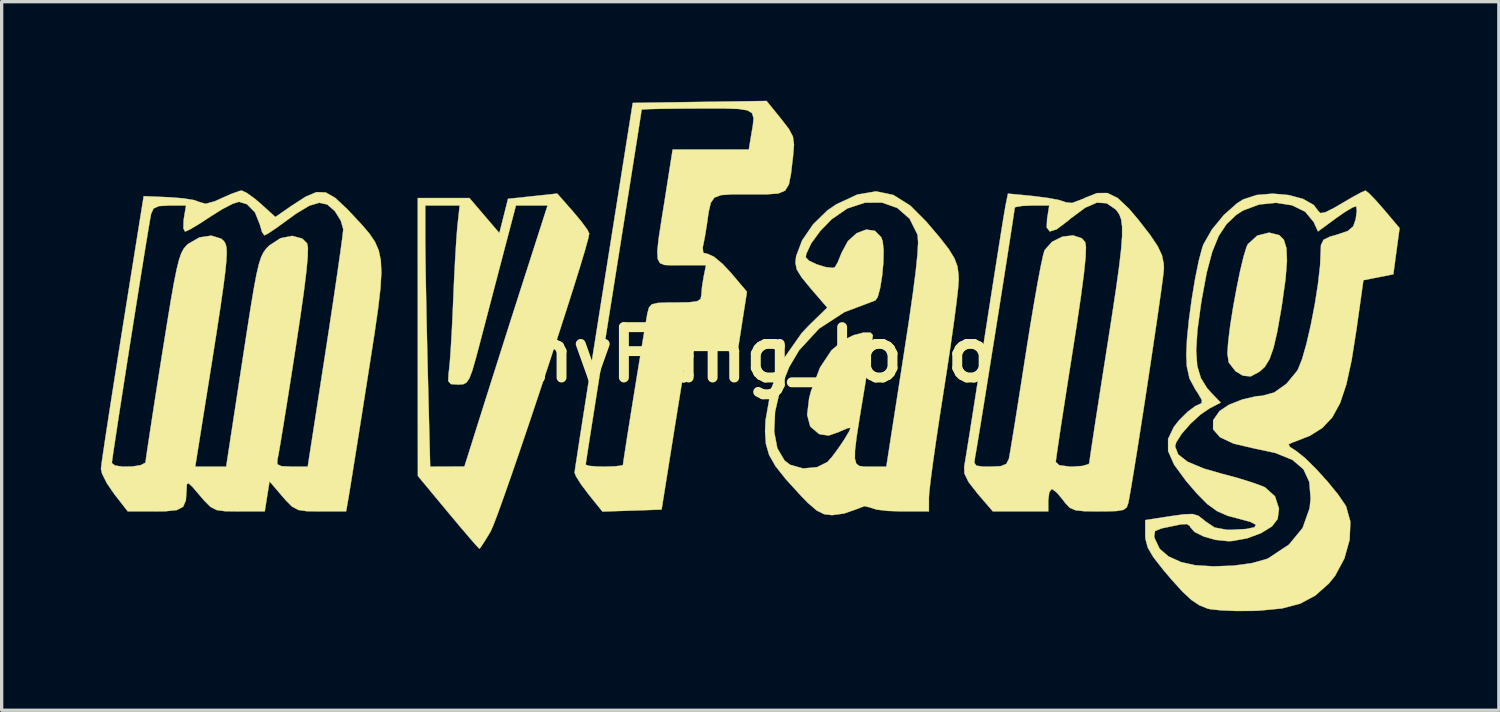
<source format=kicad_pcb>
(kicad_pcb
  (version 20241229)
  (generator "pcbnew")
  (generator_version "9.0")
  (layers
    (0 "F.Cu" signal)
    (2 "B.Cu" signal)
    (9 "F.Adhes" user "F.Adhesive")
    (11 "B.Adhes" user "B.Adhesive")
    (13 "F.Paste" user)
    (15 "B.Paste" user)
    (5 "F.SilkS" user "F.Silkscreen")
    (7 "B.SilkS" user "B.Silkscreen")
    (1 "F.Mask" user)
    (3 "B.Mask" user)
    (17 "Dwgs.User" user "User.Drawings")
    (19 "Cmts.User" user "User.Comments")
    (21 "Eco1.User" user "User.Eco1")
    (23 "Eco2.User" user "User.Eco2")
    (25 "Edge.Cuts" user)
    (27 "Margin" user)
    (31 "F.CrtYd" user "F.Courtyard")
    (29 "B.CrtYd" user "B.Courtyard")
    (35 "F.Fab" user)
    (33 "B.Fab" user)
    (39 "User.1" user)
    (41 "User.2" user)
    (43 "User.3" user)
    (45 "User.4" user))
  (footprint "mvFang_logo"
    (layer "F.Cu")
    (at 19.639 7.684)
    (property "Reference" "mvFang_logo" (at 0 0 0) (layer "F.SilkS") (effects (font (size 1.524 1.524) (thickness 0.3))))
    (attr through_hole)
    (fp_poly (pts (xy 16.02 -3.618) (xy 16.159 -3.48) (xy 16.237 -3.231) (xy 16.254 -2.845) (xy 16.212 -2.298) (xy 16.11 -1.564) (xy 16.079 -1.369) (xy 15.96 -0.693) (xy 15.847 -0.205) (xy 15.727 0.134) (xy 15.588 0.363) (xy 15.425 0.512) (xy 15.157 0.656) (xy 14.925 0.634) (xy 14.701 0.502) (xy 14.493 0.236) (xy 14.452 -0.035) (xy 14.476 -0.389) (xy 14.535 -0.868) (xy 14.622 -1.419) (xy 14.725 -1.988) (xy 14.834 -2.521) (xy 14.94 -2.965) (xy 15.032 -3.265) (xy 15.07 -3.345) (xy 15.355 -3.605) (xy 15.713 -3.695) (xy 16.02 -3.618)) (stroke (width 0.01) (type solid)) (fill yes) (layer "F.SilkS"))
    (fp_poly (pts (xy -5.345 -4.329) (xy -5.096 -4.03) (xy -4.92 -3.79) (xy -4.859 -3.669) (xy -4.892 -3.505) (xy -4.989 -3.155) (xy -5.141 -2.649) (xy -5.339 -2.015) (xy -5.573 -1.28) (xy -5.834 -0.473) (xy -6.113 0.377) (xy -6.4 1.243) (xy -6.685 2.095) (xy -6.96 2.907) (xy -7.215 3.649) (xy -7.441 4.293) (xy -7.627 4.811) (xy -7.766 5.174) (xy -7.845 5.351) (xy -8.02 5.64) (xy -8.145 5.829) (xy -8.182 5.87) (xy -8.262 5.789) (xy -8.458 5.566) (xy -8.741 5.234) (xy -9.082 4.827) (xy -9.13 4.77) (xy -10.044 3.669) (xy -10.046 -0.536) (xy -10.047 -4.516) (xy -9.821 -4.516) (xy -9.821 -3.528) (xy -9.818 -3.138) (xy -9.81 -2.566) (xy -9.797 -1.857) (xy -9.781 -1.055) (xy -9.762 -0.203) (xy -9.747 0.423) (xy -9.672 3.387) (xy -8.636 3.383) (xy -8.076 1.607) (xy -7.85 0.892) (xy -7.58 0.042) (xy -7.291 -0.867) (xy -7.007 -1.754) (xy -6.818 -2.342) (xy -6.12 -4.516) (xy -7.077 -4.516) (xy -7.425 -3.189) (xy -7.605 -2.502) (xy -7.812 -1.712) (xy -8.015 -0.935) (xy -8.134 -0.48) (xy -8.285 0.09) (xy -8.396 0.477) (xy -8.487 0.716) (xy -8.574 0.843) (xy -8.675 0.894) (xy -8.809 0.903) (xy -8.83 0.903) (xy -9.045 0.888) (xy -9.126 0.798) (xy -9.115 0.568) (xy -9.103 0.48) (xy -9.076 0.216) (xy -9.046 -0.22) (xy -9.014 -0.776) (xy -8.985 -1.398) (xy -8.975 -1.637) (xy -8.947 -2.289) (xy -8.915 -2.913) (xy -8.882 -3.449) (xy -8.853 -3.838) (xy -8.844 -3.923) (xy -8.779 -4.516) (xy -9.821 -4.516) (xy -10.047 -4.516) (xy -10.047 -4.741) (xy -8.484 -4.741) (xy -8.031 -4.211) (xy -7.578 -3.681) (xy -7.447 -4.199) (xy -7.317 -4.717) (xy -6.573 -4.797) (xy -5.828 -4.877) (xy -5.345 -4.329)) (stroke (width 0.01) (type solid)) (fill yes) (layer "F.SilkS"))
    (fp_poly (pts (xy 0.943 -7.142) (xy 1.183 -6.83) (xy 1.305 -6.6) (xy 1.337 -6.358) (xy 1.309 -6.014) (xy 1.306 -5.988) (xy 1.247 -5.483) (xy 1.183 -5.155) (xy 1.069 -4.966) (xy 0.861 -4.879) (xy 0.515 -4.854) (xy -0.005 -4.854) (xy -0.526 -4.854) (xy -0.866 -4.831) (xy -1.07 -4.756) (xy -1.181 -4.598) (xy -1.245 -4.324) (xy -1.298 -3.951) (xy -1.355 -3.595) (xy -1.411 -3.31) (xy -1.427 -3.246) (xy -1.408 -3.084) (xy -1.267 -3.048) (xy -1.084 -2.965) (xy -0.823 -2.747) (xy -0.569 -2.476) (xy -0.087 -1.905) (xy -0.227 -1.009) (xy -0.366 -0.113) (xy -1.899 -0.113) (xy -2.023 0.649) (xy -2.087 1.048) (xy -2.177 1.602) (xy -2.28 2.245) (xy -2.386 2.909) (xy -2.408 3.048) (xy -2.669 4.685) (xy -4.459 4.746) (xy -4.882 4.22) (xy -5.109 3.919) (xy -5.26 3.677) (xy -5.302 3.569) (xy -5.284 3.435) (xy -5.268 3.328) (xy -4.967 3.328) (xy -4.866 3.362) (xy -4.606 3.383) (xy -4.403 3.387) (xy -4.081 3.377) (xy -3.876 3.352) (xy -3.838 3.333) (xy -3.821 3.202) (xy -3.773 2.889) (xy -3.703 2.436) (xy -3.615 1.884) (xy -3.517 1.274) (xy -3.416 0.647) (xy -3.317 0.046) (xy -3.229 -0.49) (xy -3.157 -0.919) (xy -3.108 -1.199) (xy -3.095 -1.27) (xy -3.049 -1.433) (xy -2.963 -1.526) (xy -2.782 -1.568) (xy -2.452 -1.58) (xy -2.249 -1.58) (xy -1.835 -1.587) (xy -1.598 -1.617) (xy -1.492 -1.682) (xy -1.468 -1.792) (xy -1.446 -2.055) (xy -1.397 -2.357) (xy -1.326 -2.709) (xy -2.074 -2.709) (xy -2.369 -2.706) (xy -2.58 -2.716) (xy -2.717 -2.77) (xy -2.787 -2.898) (xy -2.799 -3.133) (xy -2.76 -3.504) (xy -2.678 -4.041) (xy -2.579 -4.657) (xy -2.335 -6.209) (xy -0.03 -6.209) (xy 0.04 -6.632) (xy 0.093 -6.943) (xy 0.113 -7.163) (xy 0.068 -7.309) (xy -0.071 -7.395) (xy -0.335 -7.437) (xy -0.755 -7.451) (xy -1.361 -7.451) (xy -1.58 -7.451) (xy -2.17 -7.448) (xy -2.67 -7.442) (xy -3.042 -7.433) (xy -3.246 -7.421) (xy -3.274 -7.415) (xy -3.291 -7.299) (xy -3.34 -6.983) (xy -3.418 -6.487) (xy -3.521 -5.834) (xy -3.646 -5.044) (xy -3.789 -4.141) (xy -3.947 -3.146) (xy -4.116 -2.08) (xy -4.12 -2.054) (xy -4.29 -0.986) (xy -4.448 0.013) (xy -4.592 0.921) (xy -4.717 1.716) (xy -4.821 2.376) (xy -4.899 2.879) (xy -4.949 3.204) (xy -4.967 3.328) (xy -4.967 3.328) (xy -5.268 3.328) (xy -5.233 3.101) (xy -5.155 2.587) (xy -5.05 1.916) (xy -4.924 1.11) (xy -4.78 0.189) (xy -4.62 -0.823) (xy -4.449 -1.906) (xy -4.42 -2.088) (xy -3.542 -7.62) (xy -1.517 -7.65) (xy 0.508 -7.679) (xy 0.943 -7.142)) (stroke (width 0.01) (type solid)) (fill yes) (layer "F.SilkS"))
    (fp_poly (pts (xy 4.344 -4.834) (xy 4.855 -4.514) (xy 5.335 -4.033) (xy 5.743 -3.554) (xy 6.02 -3.197) (xy 6.192 -2.918) (xy 6.283 -2.673) (xy 6.317 -2.419) (xy 6.321 -2.261) (xy 6.303 -2.009) (xy 6.253 -1.571) (xy 6.176 -0.984) (xy 6.078 -0.287) (xy 5.962 0.484) (xy 5.87 1.072) (xy 5.746 1.868) (xy 5.635 2.611) (xy 5.542 3.266) (xy 5.472 3.796) (xy 5.43 4.167) (xy 5.42 4.318) (xy 5.419 4.741) (xy 4.595 4.741) (xy 4.175 4.726) (xy 3.842 4.687) (xy 3.661 4.631) (xy 3.654 4.625) (xy 3.471 4.581) (xy 3.208 4.681) (xy 2.851 4.805) (xy 2.489 4.854) (xy 2.25 4.825) (xy 2.027 4.715) (xy 1.761 4.487) (xy 1.542 4.262) (xy 1.088 3.764) (xy 0.777 3.371) (xy 0.584 3.032) (xy 0.487 2.698) (xy 0.462 2.326) (xy 0.737 2.326) (xy 0.832 2.829) (xy 1.049 3.198) (xy 1.217 3.329) (xy 1.612 3.441) (xy 2.035 3.402) (xy 2.347 3.247) (xy 2.487 3.091) (xy 2.676 2.836) (xy 2.865 2.556) (xy 3.004 2.321) (xy 3.048 2.212) (xy 2.96 2.223) (xy 2.744 2.314) (xy 2.699 2.336) (xy 2.389 2.445) (xy 2.128 2.408) (xy 2.081 2.388) (xy 1.829 2.172) (xy 1.735 1.819) (xy 1.795 1.316) (xy 1.85 1.108) (xy 2.126 0.386) (xy 2.474 -0.138) (xy 2.849 -0.452) (xy 3.148 -0.594) (xy 3.437 -0.669) (xy 3.652 -0.668) (xy 3.724 -0.593) (xy 3.706 -0.457) (xy 3.657 -0.14) (xy 3.584 0.319) (xy 3.493 0.878) (xy 3.442 1.185) (xy 3.318 1.938) (xy 3.231 2.496) (xy 3.184 2.889) (xy 3.18 3.145) (xy 3.221 3.294) (xy 3.31 3.365) (xy 3.45 3.386) (xy 3.643 3.387) (xy 3.646 3.387) (xy 4.131 3.387) (xy 4.651 0.047) (xy 4.814 -1.016) (xy 4.937 -1.873) (xy 5.023 -2.544) (xy 5.074 -3.044) (xy 5.093 -3.392) (xy 5.08 -3.605) (xy 5.072 -3.64) (xy 4.835 -4.116) (xy 4.464 -4.44) (xy 4 -4.604) (xy 3.483 -4.601) (xy 2.95 -4.426) (xy 2.47 -4.094) (xy 2.123 -3.734) (xy 1.856 -3.367) (xy 1.709 -3.053) (xy 1.693 -2.949) (xy 1.79 -2.846) (xy 2.018 -2.737) (xy 2.287 -2.654) (xy 2.507 -2.627) (xy 2.576 -2.65) (xy 2.663 -2.801) (xy 2.769 -3.064) (xy 2.774 -3.078) (xy 2.967 -3.436) (xy 3.231 -3.676) (xy 3.52 -3.786) (xy 3.783 -3.751) (xy 3.975 -3.558) (xy 4.02 -3.433) (xy 4.05 -3.158) (xy 4.041 -2.786) (xy 4.003 -2.382) (xy 3.943 -2.012) (xy 3.87 -1.744) (xy 3.8 -1.643) (xy 2.862 -1.289) (xy 2.092 -0.787) (xy 1.493 -0.136) (xy 1.191 0.374) (xy 0.917 1.062) (xy 0.765 1.725) (xy 0.737 2.326) (xy 0.462 2.326) (xy 0.462 2.319) (xy 0.475 1.991) (xy 0.645 1.03) (xy 1.017 0.133) (xy 1.572 -0.658) (xy 1.788 -0.885) (xy 2.343 -1.426) (xy 1.837 -2.013) (xy 1.565 -2.345) (xy 1.422 -2.579) (xy 1.38 -2.78) (xy 1.402 -2.981) (xy 1.582 -3.459) (xy 1.917 -3.947) (xy 2.349 -4.369) (xy 2.62 -4.553) (xy 3.256 -4.848) (xy 3.821 -4.943) (xy 4.344 -4.834)) (stroke (width 0.01) (type solid)) (fill yes) (layer "F.SilkS"))
    (fp_poly (pts (xy 11.129 -4.743) (xy 11.474 -4.419) (xy 11.753 -4.09) (xy 12.113 -3.627) (xy 12.344 -3.282) (xy 12.473 -3.006) (xy 12.525 -2.75) (xy 12.531 -2.616) (xy 12.514 -2.441) (xy 12.467 -2.076) (xy 12.394 -1.558) (xy 12.302 -0.92) (xy 12.195 -0.196) (xy 12.079 0.578) (xy 11.959 1.369) (xy 11.839 2.143) (xy 11.726 2.864) (xy 11.624 3.498) (xy 11.539 4.012) (xy 11.476 4.37) (xy 11.453 4.487) (xy 11.407 4.618) (xy 11.306 4.694) (xy 11.098 4.73) (xy 10.734 4.741) (xy 10.561 4.741) (xy 10.127 4.736) (xy 9.856 4.706) (xy 9.685 4.633) (xy 9.552 4.496) (xy 9.483 4.403) (xy 9.298 4.18) (xy 9.154 4.068) (xy 9.136 4.064) (xy 9.062 4.162) (xy 9.031 4.399) (xy 9.031 4.403) (xy 9.031 4.741) (xy 7.355 4.741) (xy 6.894 4.205) (xy 6.62 3.854) (xy 6.494 3.594) (xy 6.488 3.387) (xy 6.508 3.266) (xy 6.794 3.266) (xy 6.854 3.357) (xy 7.055 3.385) (xy 7.27 3.387) (xy 7.596 3.371) (xy 7.763 3.303) (xy 7.838 3.153) (xy 7.843 3.133) (xy 7.875 2.955) (xy 7.936 2.587) (xy 8.022 2.062) (xy 8.125 1.411) (xy 8.242 0.669) (xy 8.352 -0.034) (xy 8.478 -0.828) (xy 8.6 -1.557) (xy 8.711 -2.188) (xy 8.806 -2.688) (xy 8.879 -3.026) (xy 8.92 -3.164) (xy 9.146 -3.418) (xy 9.457 -3.572) (xy 9.781 -3.611) (xy 10.048 -3.522) (xy 10.149 -3.407) (xy 10.172 -3.255) (xy 10.16 -2.941) (xy 10.11 -2.453) (xy 10.021 -1.778) (xy 9.893 -0.904) (xy 9.759 -0.048) (xy 9.63 0.773) (xy 9.513 1.524) (xy 9.412 2.176) (xy 9.334 2.699) (xy 9.281 3.063) (xy 9.258 3.238) (xy 9.258 3.246) (xy 9.365 3.344) (xy 9.679 3.385) (xy 9.765 3.387) (xy 10.068 3.365) (xy 10.25 3.311) (xy 10.273 3.279) (xy 10.29 3.144) (xy 10.338 2.815) (xy 10.413 2.321) (xy 10.51 1.692) (xy 10.625 0.955) (xy 10.753 0.141) (xy 10.781 -0.038) (xy 10.947 -1.099) (xy 11.077 -1.96) (xy 11.173 -2.646) (xy 11.235 -3.178) (xy 11.266 -3.581) (xy 11.266 -3.877) (xy 11.238 -4.091) (xy 11.183 -4.244) (xy 11.102 -4.361) (xy 11.063 -4.403) (xy 10.798 -4.584) (xy 10.504 -4.603) (xy 10.15 -4.45) (xy 9.705 -4.12) (xy 9.62 -4.047) (xy 9.287 -3.796) (xy 9.077 -3.73) (xy 8.984 -3.851) (xy 8.997 -4.12) (xy 9.061 -4.516) (xy 8.538 -4.516) (xy 8.23 -4.502) (xy 8.042 -4.469) (xy 8.015 -4.447) (xy 7.998 -4.318) (xy 7.95 -3.998) (xy 7.876 -3.518) (xy 7.782 -2.912) (xy 7.672 -2.211) (xy 7.551 -1.447) (xy 7.425 -0.652) (xy 7.298 0.142) (xy 7.177 0.902) (xy 7.065 1.598) (xy 6.968 2.196) (xy 6.891 2.666) (xy 6.839 2.974) (xy 6.82 3.076) (xy 6.794 3.266) (xy 6.508 3.266) (xy 6.518 3.209) (xy 6.578 2.838) (xy 6.664 2.301) (xy 6.77 1.627) (xy 6.892 0.845) (xy 7.026 -0.017) (xy 7.111 -0.564) (xy 7.251 -1.462) (xy 7.382 -2.299) (xy 7.5 -3.048) (xy 7.6 -3.678) (xy 7.678 -4.161) (xy 7.73 -4.467) (xy 7.746 -4.554) (xy 7.812 -4.875) (xy 8.619 -4.796) (xy 9.036 -4.742) (xy 9.37 -4.678) (xy 9.552 -4.615) (xy 9.556 -4.612) (xy 9.752 -4.592) (xy 10.091 -4.72) (xy 10.151 -4.75) (xy 10.508 -4.891) (xy 10.82 -4.894) (xy 11.129 -4.743)) (stroke (width 0.01) (type solid)) (fill yes) (layer "F.SilkS"))
    (fp_poly (pts (xy -15.22 -4.896) (xy -14.971 -4.715) (xy -14.798 -4.568) (xy -14.356 -4.168) (xy -13.867 -4.506) (xy -13.439 -4.783) (xy -13.112 -4.921) (xy -12.831 -4.91) (xy -12.542 -4.744) (xy -12.19 -4.414) (xy -12.008 -4.221) (xy -11.73 -3.923) (xy -11.51 -3.665) (xy -11.344 -3.42) (xy -11.23 -3.16) (xy -11.166 -2.857) (xy -11.149 -2.482) (xy -11.177 -2.007) (xy -11.247 -1.404) (xy -11.356 -0.645) (xy -11.503 0.298) (xy -11.568 0.713) (xy -11.702 1.567) (xy -11.828 2.363) (xy -11.941 3.071) (xy -12.035 3.659) (xy -12.105 4.094) (xy -12.146 4.345) (xy -12.151 4.374) (xy -12.217 4.741) (xy -12.986 4.741) (xy -13.398 4.735) (xy -13.66 4.698) (xy -13.849 4.598) (xy -14.039 4.408) (xy -14.144 4.287) (xy -14.533 3.832) (xy -14.606 4.287) (xy -14.678 4.741) (xy -15.458 4.741) (xy -15.871 4.736) (xy -16.134 4.7) (xy -16.322 4.603) (xy -16.51 4.414) (xy -16.64 4.262) (xy -16.868 3.995) (xy -16.988 3.887) (xy -17.035 3.922) (xy -17.044 4.083) (xy -17.064 4.404) (xy -17.147 4.599) (xy -17.338 4.7) (xy -17.681 4.737) (xy -18.003 4.741) (xy -18.822 4.741) (xy -19.232 4.215) (xy -19.455 3.89) (xy -19.6 3.599) (xy -19.634 3.453) (xy -19.614 3.29) (xy -19.613 3.279) (xy -19.304 3.279) (xy -19.207 3.353) (xy -18.973 3.387) (xy -18.686 3.382) (xy -18.431 3.341) (xy -18.291 3.268) (xy -18.284 3.246) (xy -18.266 3.101) (xy -18.216 2.763) (xy -18.14 2.263) (xy -18.043 1.63) (xy -17.928 0.894) (xy -17.8 0.085) (xy -17.787 0.004) (xy -17.64 -0.913) (xy -17.522 -1.632) (xy -17.425 -2.182) (xy -17.343 -2.588) (xy -17.271 -2.876) (xy -17.202 -3.075) (xy -17.13 -3.209) (xy -17.048 -3.306) (xy -16.994 -3.355) (xy -16.653 -3.55) (xy -16.295 -3.604) (xy -15.995 -3.511) (xy -15.912 -3.436) (xy -15.867 -3.364) (xy -15.838 -3.256) (xy -15.828 -3.091) (xy -15.839 -2.849) (xy -15.873 -2.506) (xy -15.933 -2.042) (xy -16.02 -1.434) (xy -16.138 -0.661) (xy -16.289 0.299) (xy -16.408 1.044) (xy -16.782 3.387) (xy -15.845 3.387) (xy -15.357 0.198) (xy -15.214 -0.731) (xy -15.099 -1.462) (xy -15.005 -2.023) (xy -14.926 -2.441) (xy -14.855 -2.742) (xy -14.787 -2.953) (xy -14.715 -3.1) (xy -14.634 -3.21) (xy -14.537 -3.308) (xy -14.202 -3.526) (xy -13.847 -3.596) (xy -13.542 -3.514) (xy -13.397 -3.371) (xy -13.371 -3.235) (xy -13.379 -2.949) (xy -13.421 -2.5) (xy -13.499 -1.872) (xy -13.616 -1.051) (xy -13.761 -0.097) (xy -13.888 0.719) (xy -14.007 1.469) (xy -14.112 2.122) (xy -14.198 2.646) (xy -14.261 3.01) (xy -14.295 3.185) (xy -14.296 3.189) (xy -14.297 3.314) (xy -14.172 3.372) (xy -13.874 3.387) (xy -13.864 3.387) (xy -13.377 3.387) (xy -12.839 -0.085) (xy -12.706 -0.953) (xy -12.585 -1.758) (xy -12.48 -2.471) (xy -12.396 -3.06) (xy -12.336 -3.499) (xy -12.306 -3.756) (xy -12.303 -3.804) (xy -12.376 -4.056) (xy -12.551 -4.337) (xy -12.568 -4.357) (xy -12.786 -4.546) (xy -13.027 -4.599) (xy -13.329 -4.51) (xy -13.729 -4.269) (xy -14.011 -4.065) (xy -14.327 -3.835) (xy -14.57 -3.673) (xy -14.687 -3.612) (xy -14.758 -3.709) (xy -14.825 -3.938) (xy -14.973 -4.307) (xy -15.218 -4.556) (xy -15.459 -4.628) (xy -15.649 -4.568) (xy -15.957 -4.408) (xy -16.316 -4.184) (xy -16.325 -4.177) (xy -16.667 -3.954) (xy -16.939 -3.793) (xy -17.085 -3.726) (xy -17.089 -3.726) (xy -17.139 -3.823) (xy -17.133 -4.062) (xy -17.125 -4.12) (xy -17.06 -4.516) (xy -17.559 -4.516) (xy -17.88 -4.498) (xy -18.043 -4.425) (xy -18.116 -4.266) (xy -18.117 -4.262) (xy -18.149 -4.09) (xy -18.209 -3.732) (xy -18.293 -3.222) (xy -18.395 -2.59) (xy -18.51 -1.87) (xy -18.633 -1.094) (xy -18.76 -0.293) (xy -18.884 0.5) (xy -19.001 1.252) (xy -19.106 1.931) (xy -19.193 2.506) (xy -19.259 2.943) (xy -19.297 3.211) (xy -19.304 3.279) (xy -19.613 3.279) (xy -19.563 2.931) (xy -19.484 2.402) (xy -19.381 1.732) (xy -19.258 0.946) (xy -19.12 0.071) (xy -18.983 -0.79) (xy -18.341 -4.798) (xy -17.559 -4.765) (xy -17.144 -4.732) (xy -16.811 -4.678) (xy -16.632 -4.613) (xy -16.463 -4.567) (xy -16.182 -4.646) (xy -15.997 -4.73) (xy -15.681 -4.87) (xy -15.44 -4.955) (xy -15.374 -4.967) (xy -15.22 -4.896)) (stroke (width 0.01) (type solid)) (fill yes) (layer "F.SilkS"))
    (fp_poly (pts (xy 18.735 -4.887) (xy 18.938 -4.678) (xy 19.183 -4.399) (xy 19.662 -3.832) (xy 19.567 -3.133) (xy 19.473 -2.434) (xy 18.567 -2.255) (xy 18.358 -0.768) (xy 18.211 0.164) (xy 18.051 0.9) (xy 17.861 1.467) (xy 17.625 1.895) (xy 17.327 2.213) (xy 16.95 2.451) (xy 16.478 2.636) (xy 16.432 2.651) (xy 16.305 2.709) (xy 16.341 2.787) (xy 16.545 2.922) (xy 16.802 3.127) (xy 17.134 3.454) (xy 17.484 3.841) (xy 17.798 4.226) (xy 18.02 4.548) (xy 18.045 4.593) (xy 18.173 5.052) (xy 18.15 5.599) (xy 17.991 6.167) (xy 17.711 6.69) (xy 17.52 6.925) (xy 17.111 7.287) (xy 16.657 7.531) (xy 16.105 7.677) (xy 15.4 7.745) (xy 15.24 7.751) (xy 14.731 7.754) (xy 14.274 7.736) (xy 13.939 7.701) (xy 13.845 7.679) (xy 13.6 7.579) (xy 13.363 7.421) (xy 13.094 7.171) (xy 12.753 6.795) (xy 12.515 6.513) (xy 12.214 6.13) (xy 12.044 5.84) (xy 11.974 5.579) (xy 11.969 5.492) (xy 12.236 5.492) (xy 12.254 5.564) (xy 12.404 5.875) (xy 12.669 6.102) (xy 13.05 6.275) (xy 13.478 6.37) (xy 14.033 6.404) (xy 14.632 6.382) (xy 15.192 6.307) (xy 15.631 6.184) (xy 15.699 6.153) (xy 16.316 5.744) (xy 16.728 5.242) (xy 16.94 4.643) (xy 16.97 4.35) (xy 16.931 3.851) (xy 16.754 3.467) (xy 16.419 3.181) (xy 15.903 2.972) (xy 15.251 2.833) (xy 14.641 2.69) (xy 14.228 2.496) (xy 14.019 2.257) (xy 14.021 1.981) (xy 14.217 1.701) (xy 14.499 1.514) (xy 14.903 1.354) (xy 15.325 1.256) (xy 15.505 1.242) (xy 15.868 1.143) (xy 16.239 0.879) (xy 16.552 0.5) (xy 16.59 0.436) (xy 16.712 0.133) (xy 16.845 -0.336) (xy 16.978 -0.911) (xy 17.098 -1.535) (xy 17.194 -2.148) (xy 17.256 -2.691) (xy 17.271 -3.02) (xy 17.283 -3.317) (xy 17.359 -3.477) (xy 17.556 -3.573) (xy 17.77 -3.634) (xy 18.093 -3.743) (xy 18.259 -3.884) (xy 18.335 -4.103) (xy 18.367 -4.356) (xy 18.351 -4.491) (xy 18.24 -4.457) (xy 18.005 -4.317) (xy 17.746 -4.137) (xy 17.193 -3.731) (xy 17.063 -4.016) (xy 16.806 -4.327) (xy 16.409 -4.522) (xy 15.926 -4.597) (xy 15.412 -4.546) (xy 14.925 -4.364) (xy 14.719 -4.231) (xy 14.426 -3.953) (xy 14.188 -3.593) (xy 13.993 -3.115) (xy 13.826 -2.487) (xy 13.675 -1.673) (xy 13.65 -1.518) (xy 13.544 -0.734) (xy 13.506 -0.127) (xy 13.539 0.339) (xy 13.648 0.705) (xy 13.837 1.009) (xy 13.945 1.132) (xy 14.249 1.449) (xy 13.914 1.622) (xy 13.629 1.817) (xy 13.329 2.094) (xy 13.069 2.392) (xy 12.902 2.653) (xy 12.869 2.77) (xy 12.962 3.016) (xy 13.248 3.239) (xy 13.738 3.444) (xy 14.277 3.599) (xy 14.764 3.73) (xy 15.203 3.866) (xy 15.521 3.982) (xy 15.592 4.014) (xy 15.892 4.284) (xy 16.013 4.658) (xy 15.973 4.969) (xy 15.8 5.195) (xy 15.467 5.401) (xy 15.04 5.558) (xy 14.585 5.638) (xy 14.472 5.642) (xy 14.098 5.603) (xy 13.738 5.502) (xy 13.458 5.363) (xy 13.324 5.213) (xy 13.321 5.188) (xy 13.228 5.124) (xy 13.039 5.134) (xy 12.691 5.207) (xy 12.468 5.253) (xy 12.263 5.333) (xy 12.236 5.492) (xy 11.969 5.492) (xy 11.966 5.431) (xy 11.966 5.004) (xy 12.728 4.886) (xy 13.138 4.829) (xy 13.395 4.82) (xy 13.568 4.87) (xy 13.727 4.99) (xy 13.779 5.037) (xy 14.066 5.229) (xy 14.428 5.296) (xy 14.569 5.298) (xy 15.021 5.273) (xy 15.272 5.22) (xy 15.315 5.145) (xy 15.144 5.056) (xy 14.88 4.985) (xy 14.465 4.875) (xy 14.138 4.732) (xy 13.842 4.517) (xy 13.519 4.19) (xy 13.205 3.824) (xy 12.84 3.328) (xy 12.658 2.915) (xy 12.657 2.548) (xy 12.83 2.186) (xy 12.989 1.985) (xy 13.244 1.731) (xy 13.478 1.556) (xy 13.547 1.524) (xy 13.669 1.468) (xy 13.679 1.373) (xy 13.568 1.178) (xy 13.483 1.051) (xy 13.305 0.719) (xy 13.223 0.345) (xy 13.208 -0.011) (xy 13.23 -0.479) (xy 13.288 -1.06) (xy 13.374 -1.69) (xy 13.476 -2.306) (xy 13.586 -2.846) (xy 13.693 -3.246) (xy 13.729 -3.343) (xy 13.983 -3.788) (xy 14.345 -4.229) (xy 14.743 -4.582) (xy 14.931 -4.7) (xy 15.34 -4.834) (xy 15.82 -4.874) (xy 16.308 -4.831) (xy 16.744 -4.713) (xy 17.066 -4.53) (xy 17.196 -4.355) (xy 17.267 -4.285) (xy 17.418 -4.311) (xy 17.689 -4.448) (xy 17.909 -4.577) (xy 18.248 -4.775) (xy 18.507 -4.915) (xy 18.631 -4.967) (xy 18.735 -4.887)) (stroke (width 0.01) (type solid)) (fill yes) (layer "F.SilkS")))
  (gr_rect
    (start -3 -3)
    (end 42.305 18.443)
    (stroke (width 0.1) (type default))
    (fill no)
    (layer "Edge.Cuts")))
</source>
